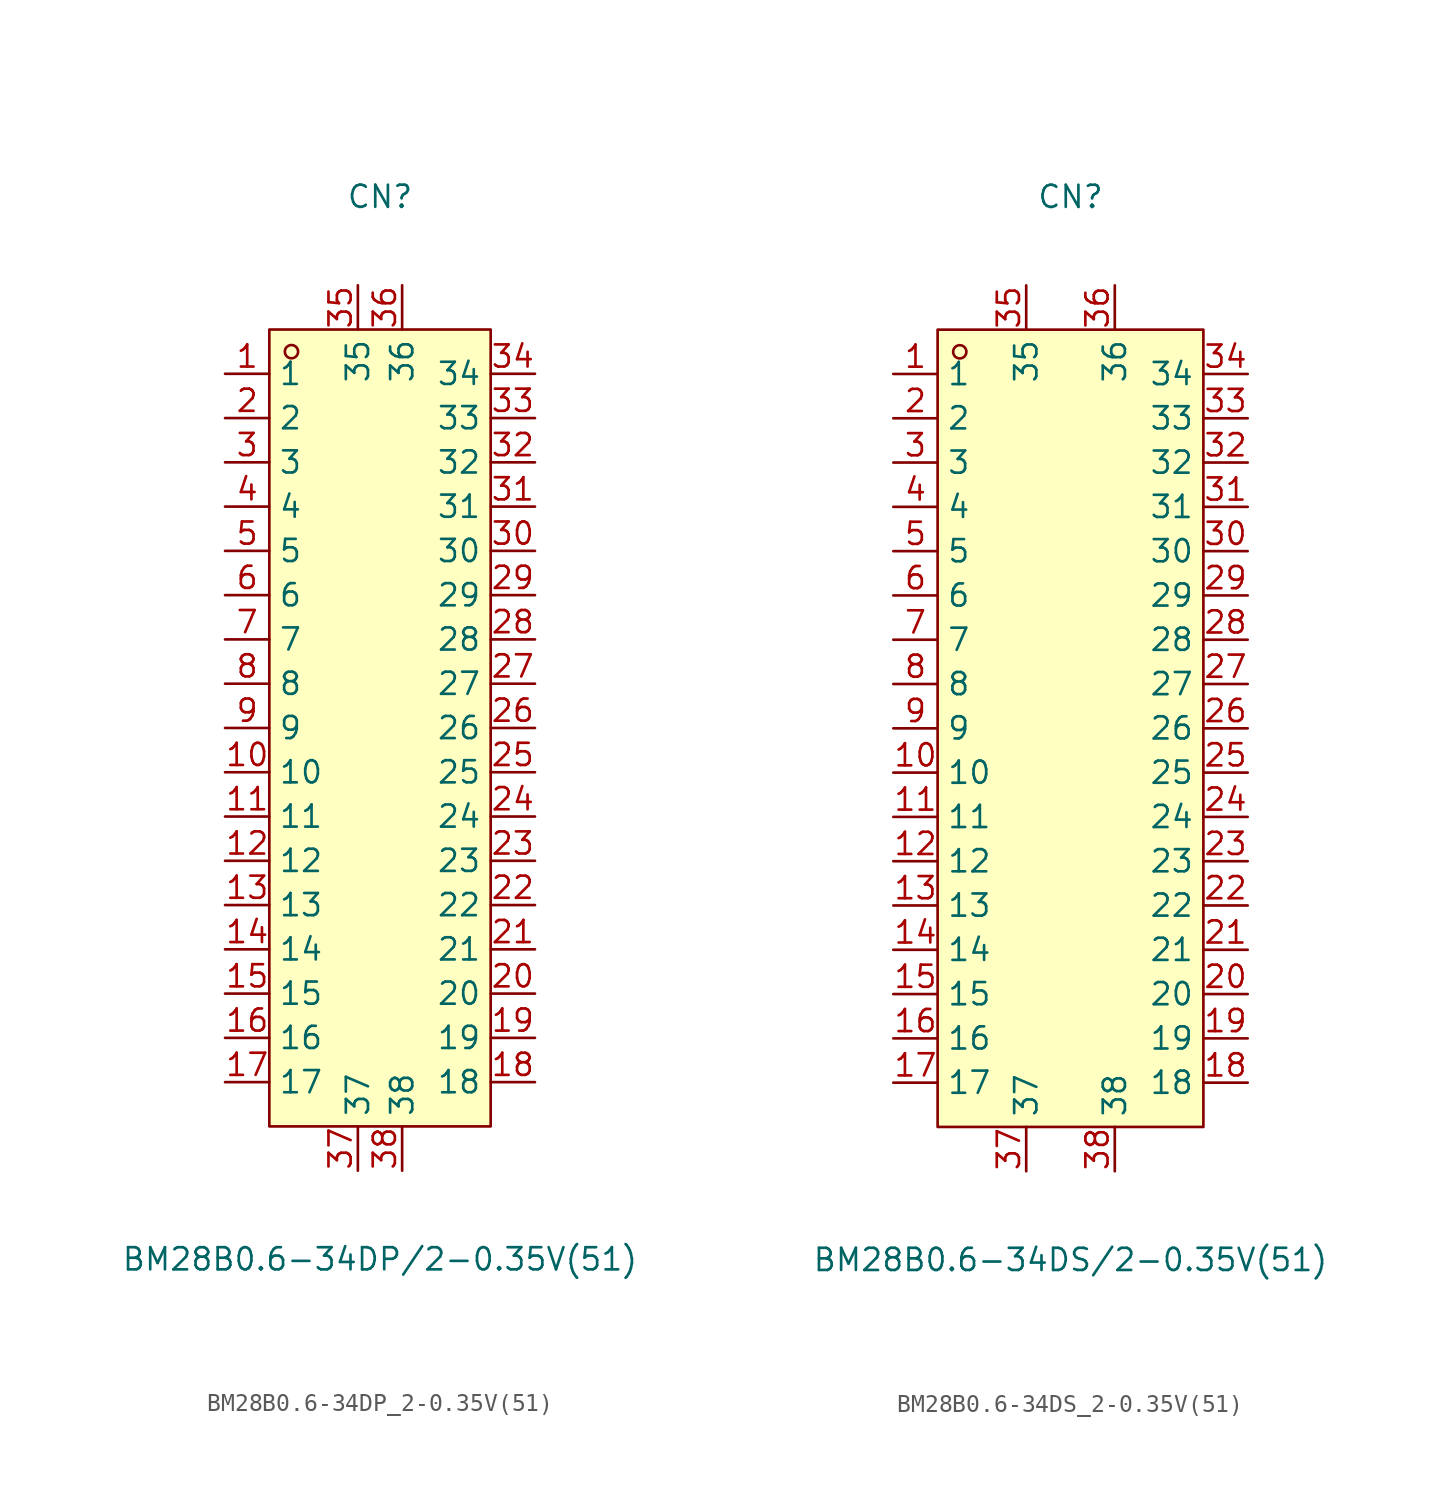
<source format=kicad_sym>
(kicad_symbol_lib
  (version 20220914)
  (generator kicad_symbol_editor)
  (symbol "BM28B0.6-34DP_2-0.35V(51)"
    (property "Reference" "CN"
      (at 0 30.48 0)
      (effects (font (size 1.27 1.27))))
    (property "Value" "BM28B0.6-34DP/2-0.35V(51)"
      (at 0 -30.48 0)
      (effects (font (size 1.27 1.27))))
    (symbol "BM28B0.6-34DP_2-0.35V(51)_0_1"
      (rectangle (start -6.35 22.86) (end 6.35 -22.86) (stroke (width 0) (type default)) (fill (type background)))
      (circle (center -5.08 21.59) (radius 0.38) (stroke (width 0) (type default)) (fill (type none)))
      (pin unspecified line (at -8.89 20.32 0) (length 2.54) (name "1" (effects (font (size 1.27 1.27)))) (number "1" (effects (font (size 1.27 1.27)))))
      (pin unspecified line (at -8.89 -2.54 0) (length 2.54) (name "10" (effects (font (size 1.27 1.27)))) (number "10" (effects (font (size 1.27 1.27)))))
      (pin unspecified line (at -8.89 -5.08 0) (length 2.54) (name "11" (effects (font (size 1.27 1.27)))) (number "11" (effects (font (size 1.27 1.27)))))
      (pin unspecified line (at -8.89 -7.62 0) (length 2.54) (name "12" (effects (font (size 1.27 1.27)))) (number "12" (effects (font (size 1.27 1.27)))))
      (pin unspecified line (at -8.89 -10.16 0) (length 2.54) (name "13" (effects (font (size 1.27 1.27)))) (number "13" (effects (font (size 1.27 1.27)))))
      (pin unspecified line (at -8.89 -12.7 0) (length 2.54) (name "14" (effects (font (size 1.27 1.27)))) (number "14" (effects (font (size 1.27 1.27)))))
      (pin unspecified line (at -8.89 -15.24 0) (length 2.54) (name "15" (effects (font (size 1.27 1.27)))) (number "15" (effects (font (size 1.27 1.27)))))
      (pin unspecified line (at -8.89 -17.78 0) (length 2.54) (name "16" (effects (font (size 1.27 1.27)))) (number "16" (effects (font (size 1.27 1.27)))))
      (pin unspecified line (at -8.89 -20.32 0) (length 2.54) (name "17" (effects (font (size 1.27 1.27)))) (number "17" (effects (font (size 1.27 1.27)))))
      (pin unspecified line (at 8.89 -20.32 180) (length 2.54) (name "18" (effects (font (size 1.27 1.27)))) (number "18" (effects (font (size 1.27 1.27)))))
      (pin unspecified line (at 8.89 -17.78 180) (length 2.54) (name "19" (effects (font (size 1.27 1.27)))) (number "19" (effects (font (size 1.27 1.27)))))
      (pin unspecified line (at -8.89 17.78 0) (length 2.54) (name "2" (effects (font (size 1.27 1.27)))) (number "2" (effects (font (size 1.27 1.27)))))
      (pin unspecified line (at 8.89 -15.24 180) (length 2.54) (name "20" (effects (font (size 1.27 1.27)))) (number "20" (effects (font (size 1.27 1.27)))))
      (pin unspecified line (at 8.89 -12.7 180) (length 2.54) (name "21" (effects (font (size 1.27 1.27)))) (number "21" (effects (font (size 1.27 1.27)))))
      (pin unspecified line (at 8.89 -10.16 180) (length 2.54) (name "22" (effects (font (size 1.27 1.27)))) (number "22" (effects (font (size 1.27 1.27)))))
      (pin unspecified line (at 8.89 -7.62 180) (length 2.54) (name "23" (effects (font (size 1.27 1.27)))) (number "23" (effects (font (size 1.27 1.27)))))
      (pin unspecified line (at 8.89 -5.08 180) (length 2.54) (name "24" (effects (font (size 1.27 1.27)))) (number "24" (effects (font (size 1.27 1.27)))))
      (pin unspecified line (at 8.89 -2.54 180) (length 2.54) (name "25" (effects (font (size 1.27 1.27)))) (number "25" (effects (font (size 1.27 1.27)))))
      (pin unspecified line (at 8.89 0 180) (length 2.54) (name "26" (effects (font (size 1.27 1.27)))) (number "26" (effects (font (size 1.27 1.27)))))
      (pin unspecified line (at 8.89 2.54 180) (length 2.54) (name "27" (effects (font (size 1.27 1.27)))) (number "27" (effects (font (size 1.27 1.27)))))
      (pin unspecified line (at 8.89 5.08 180) (length 2.54) (name "28" (effects (font (size 1.27 1.27)))) (number "28" (effects (font (size 1.27 1.27)))))
      (pin unspecified line (at 8.89 7.62 180) (length 2.54) (name "29" (effects (font (size 1.27 1.27)))) (number "29" (effects (font (size 1.27 1.27)))))
      (pin unspecified line (at -8.89 15.24 0) (length 2.54) (name "3" (effects (font (size 1.27 1.27)))) (number "3" (effects (font (size 1.27 1.27)))))
      (pin unspecified line (at 8.89 10.16 180) (length 2.54) (name "30" (effects (font (size 1.27 1.27)))) (number "30" (effects (font (size 1.27 1.27)))))
      (pin unspecified line (at 8.89 12.7 180) (length 2.54) (name "31" (effects (font (size 1.27 1.27)))) (number "31" (effects (font (size 1.27 1.27)))))
      (pin unspecified line (at 8.89 15.24 180) (length 2.54) (name "32" (effects (font (size 1.27 1.27)))) (number "32" (effects (font (size 1.27 1.27)))))
      (pin unspecified line (at 8.89 17.78 180) (length 2.54) (name "33" (effects (font (size 1.27 1.27)))) (number "33" (effects (font (size 1.27 1.27)))))
      (pin unspecified line (at 8.89 20.32 180) (length 2.54) (name "34" (effects (font (size 1.27 1.27)))) (number "34" (effects (font (size 1.27 1.27)))))
      (pin unspecified line (at -1.27 25.4 270) (length 2.54) (name "35" (effects (font (size 1.27 1.27)))) (number "35" (effects (font (size 1.27 1.27)))))
      (pin unspecified line (at 1.27 25.4 270) (length 2.54) (name "36" (effects (font (size 1.27 1.27)))) (number "36" (effects (font (size 1.27 1.27)))))
      (pin unspecified line (at -1.27 -25.4 90) (length 2.54) (name "37" (effects (font (size 1.27 1.27)))) (number "37" (effects (font (size 1.27 1.27)))))
      (pin unspecified line (at 1.27 -25.4 90) (length 2.54) (name "38" (effects (font (size 1.27 1.27)))) (number "38" (effects (font (size 1.27 1.27)))))
      (pin unspecified line (at -8.89 12.7 0) (length 2.54) (name "4" (effects (font (size 1.27 1.27)))) (number "4" (effects (font (size 1.27 1.27)))))
      (pin unspecified line (at -8.89 10.16 0) (length 2.54) (name "5" (effects (font (size 1.27 1.27)))) (number "5" (effects (font (size 1.27 1.27)))))
      (pin unspecified line (at -8.89 7.62 0) (length 2.54) (name "6" (effects (font (size 1.27 1.27)))) (number "6" (effects (font (size 1.27 1.27)))))
      (pin unspecified line (at -8.89 5.08 0) (length 2.54) (name "7" (effects (font (size 1.27 1.27)))) (number "7" (effects (font (size 1.27 1.27)))))
      (pin unspecified line (at -8.89 2.54 0) (length 2.54) (name "8" (effects (font (size 1.27 1.27)))) (number "8" (effects (font (size 1.27 1.27)))))
      (pin unspecified line (at -8.89 0 0) (length 2.54) (name "9" (effects (font (size 1.27 1.27)))) (number "9" (effects (font (size 1.27 1.27)))))))
  (symbol "BM28B0.6-34DS_2-0.35V(51)"
    (property "Reference" "CN"
      (at 0 30.48 0)
      (effects (font (size 1.27 1.27))))
    (property "Value" "BM28B0.6-34DS/2-0.35V(51)"
      (at 0 -30.48 0)
      (effects (font (size 1.27 1.27))))
    (symbol "BM28B0.6-34DS_2-0.35V(51)_0_1"
      (rectangle (start -7.62 22.86) (end 7.62 -22.86) (stroke (width 0) (type default)) (fill (type background)))
      (circle (center -6.35 21.59) (radius 0.38) (stroke (width 0) (type default)) (fill (type none)))
      (pin unspecified line (at -10.16 20.32 0) (length 2.54) (name "1" (effects (font (size 1.27 1.27)))) (number "1" (effects (font (size 1.27 1.27)))))
      (pin unspecified line (at -10.16 -2.54 0) (length 2.54) (name "10" (effects (font (size 1.27 1.27)))) (number "10" (effects (font (size 1.27 1.27)))))
      (pin unspecified line (at -10.16 -5.08 0) (length 2.54) (name "11" (effects (font (size 1.27 1.27)))) (number "11" (effects (font (size 1.27 1.27)))))
      (pin unspecified line (at -10.16 -7.62 0) (length 2.54) (name "12" (effects (font (size 1.27 1.27)))) (number "12" (effects (font (size 1.27 1.27)))))
      (pin unspecified line (at -10.16 -10.16 0) (length 2.54) (name "13" (effects (font (size 1.27 1.27)))) (number "13" (effects (font (size 1.27 1.27)))))
      (pin unspecified line (at -10.16 -12.7 0) (length 2.54) (name "14" (effects (font (size 1.27 1.27)))) (number "14" (effects (font (size 1.27 1.27)))))
      (pin unspecified line (at -10.16 -15.24 0) (length 2.54) (name "15" (effects (font (size 1.27 1.27)))) (number "15" (effects (font (size 1.27 1.27)))))
      (pin unspecified line (at -10.16 -17.78 0) (length 2.54) (name "16" (effects (font (size 1.27 1.27)))) (number "16" (effects (font (size 1.27 1.27)))))
      (pin unspecified line (at -10.16 -20.32 0) (length 2.54) (name "17" (effects (font (size 1.27 1.27)))) (number "17" (effects (font (size 1.27 1.27)))))
      (pin unspecified line (at 10.16 -20.32 180) (length 2.54) (name "18" (effects (font (size 1.27 1.27)))) (number "18" (effects (font (size 1.27 1.27)))))
      (pin unspecified line (at 10.16 -17.78 180) (length 2.54) (name "19" (effects (font (size 1.27 1.27)))) (number "19" (effects (font (size 1.27 1.27)))))
      (pin unspecified line (at -10.16 17.78 0) (length 2.54) (name "2" (effects (font (size 1.27 1.27)))) (number "2" (effects (font (size 1.27 1.27)))))
      (pin unspecified line (at 10.16 -15.24 180) (length 2.54) (name "20" (effects (font (size 1.27 1.27)))) (number "20" (effects (font (size 1.27 1.27)))))
      (pin unspecified line (at 10.16 -12.7 180) (length 2.54) (name "21" (effects (font (size 1.27 1.27)))) (number "21" (effects (font (size 1.27 1.27)))))
      (pin unspecified line (at 10.16 -10.16 180) (length 2.54) (name "22" (effects (font (size 1.27 1.27)))) (number "22" (effects (font (size 1.27 1.27)))))
      (pin unspecified line (at 10.16 -7.62 180) (length 2.54) (name "23" (effects (font (size 1.27 1.27)))) (number "23" (effects (font (size 1.27 1.27)))))
      (pin unspecified line (at 10.16 -5.08 180) (length 2.54) (name "24" (effects (font (size 1.27 1.27)))) (number "24" (effects (font (size 1.27 1.27)))))
      (pin unspecified line (at 10.16 -2.54 180) (length 2.54) (name "25" (effects (font (size 1.27 1.27)))) (number "25" (effects (font (size 1.27 1.27)))))
      (pin unspecified line (at 10.16 0 180) (length 2.54) (name "26" (effects (font (size 1.27 1.27)))) (number "26" (effects (font (size 1.27 1.27)))))
      (pin unspecified line (at 10.16 2.54 180) (length 2.54) (name "27" (effects (font (size 1.27 1.27)))) (number "27" (effects (font (size 1.27 1.27)))))
      (pin unspecified line (at 10.16 5.08 180) (length 2.54) (name "28" (effects (font (size 1.27 1.27)))) (number "28" (effects (font (size 1.27 1.27)))))
      (pin unspecified line (at 10.16 7.62 180) (length 2.54) (name "29" (effects (font (size 1.27 1.27)))) (number "29" (effects (font (size 1.27 1.27)))))
      (pin unspecified line (at -10.16 15.24 0) (length 2.54) (name "3" (effects (font (size 1.27 1.27)))) (number "3" (effects (font (size 1.27 1.27)))))
      (pin unspecified line (at 10.16 10.16 180) (length 2.54) (name "30" (effects (font (size 1.27 1.27)))) (number "30" (effects (font (size 1.27 1.27)))))
      (pin unspecified line (at 10.16 12.7 180) (length 2.54) (name "31" (effects (font (size 1.27 1.27)))) (number "31" (effects (font (size 1.27 1.27)))))
      (pin unspecified line (at 10.16 15.24 180) (length 2.54) (name "32" (effects (font (size 1.27 1.27)))) (number "32" (effects (font (size 1.27 1.27)))))
      (pin unspecified line (at 10.16 17.78 180) (length 2.54) (name "33" (effects (font (size 1.27 1.27)))) (number "33" (effects (font (size 1.27 1.27)))))
      (pin unspecified line (at 10.16 20.32 180) (length 2.54) (name "34" (effects (font (size 1.27 1.27)))) (number "34" (effects (font (size 1.27 1.27)))))
      (pin unspecified line (at -2.54 25.4 270) (length 2.54) (name "35" (effects (font (size 1.27 1.27)))) (number "35" (effects (font (size 1.27 1.27)))))
      (pin unspecified line (at 2.54 25.4 270) (length 2.54) (name "36" (effects (font (size 1.27 1.27)))) (number "36" (effects (font (size 1.27 1.27)))))
      (pin unspecified line (at -2.54 -25.4 90) (length 2.54) (name "37" (effects (font (size 1.27 1.27)))) (number "37" (effects (font (size 1.27 1.27)))))
      (pin unspecified line (at 2.54 -25.4 90) (length 2.54) (name "38" (effects (font (size 1.27 1.27)))) (number "38" (effects (font (size 1.27 1.27)))))
      (pin unspecified line (at -10.16 12.7 0) (length 2.54) (name "4" (effects (font (size 1.27 1.27)))) (number "4" (effects (font (size 1.27 1.27)))))
      (pin unspecified line (at -10.16 10.16 0) (length 2.54) (name "5" (effects (font (size 1.27 1.27)))) (number "5" (effects (font (size 1.27 1.27)))))
      (pin unspecified line (at -10.16 7.62 0) (length 2.54) (name "6" (effects (font (size 1.27 1.27)))) (number "6" (effects (font (size 1.27 1.27)))))
      (pin unspecified line (at -10.16 5.08 0) (length 2.54) (name "7" (effects (font (size 1.27 1.27)))) (number "7" (effects (font (size 1.27 1.27)))))
      (pin unspecified line (at -10.16 2.54 0) (length 2.54) (name "8" (effects (font (size 1.27 1.27)))) (number "8" (effects (font (size 1.27 1.27)))))
      (pin unspecified line (at -10.16 0 0) (length 2.54) (name "9" (effects (font (size 1.27 1.27)))) (number "9" (effects (font (size 1.27 1.27))))))))
</source>
